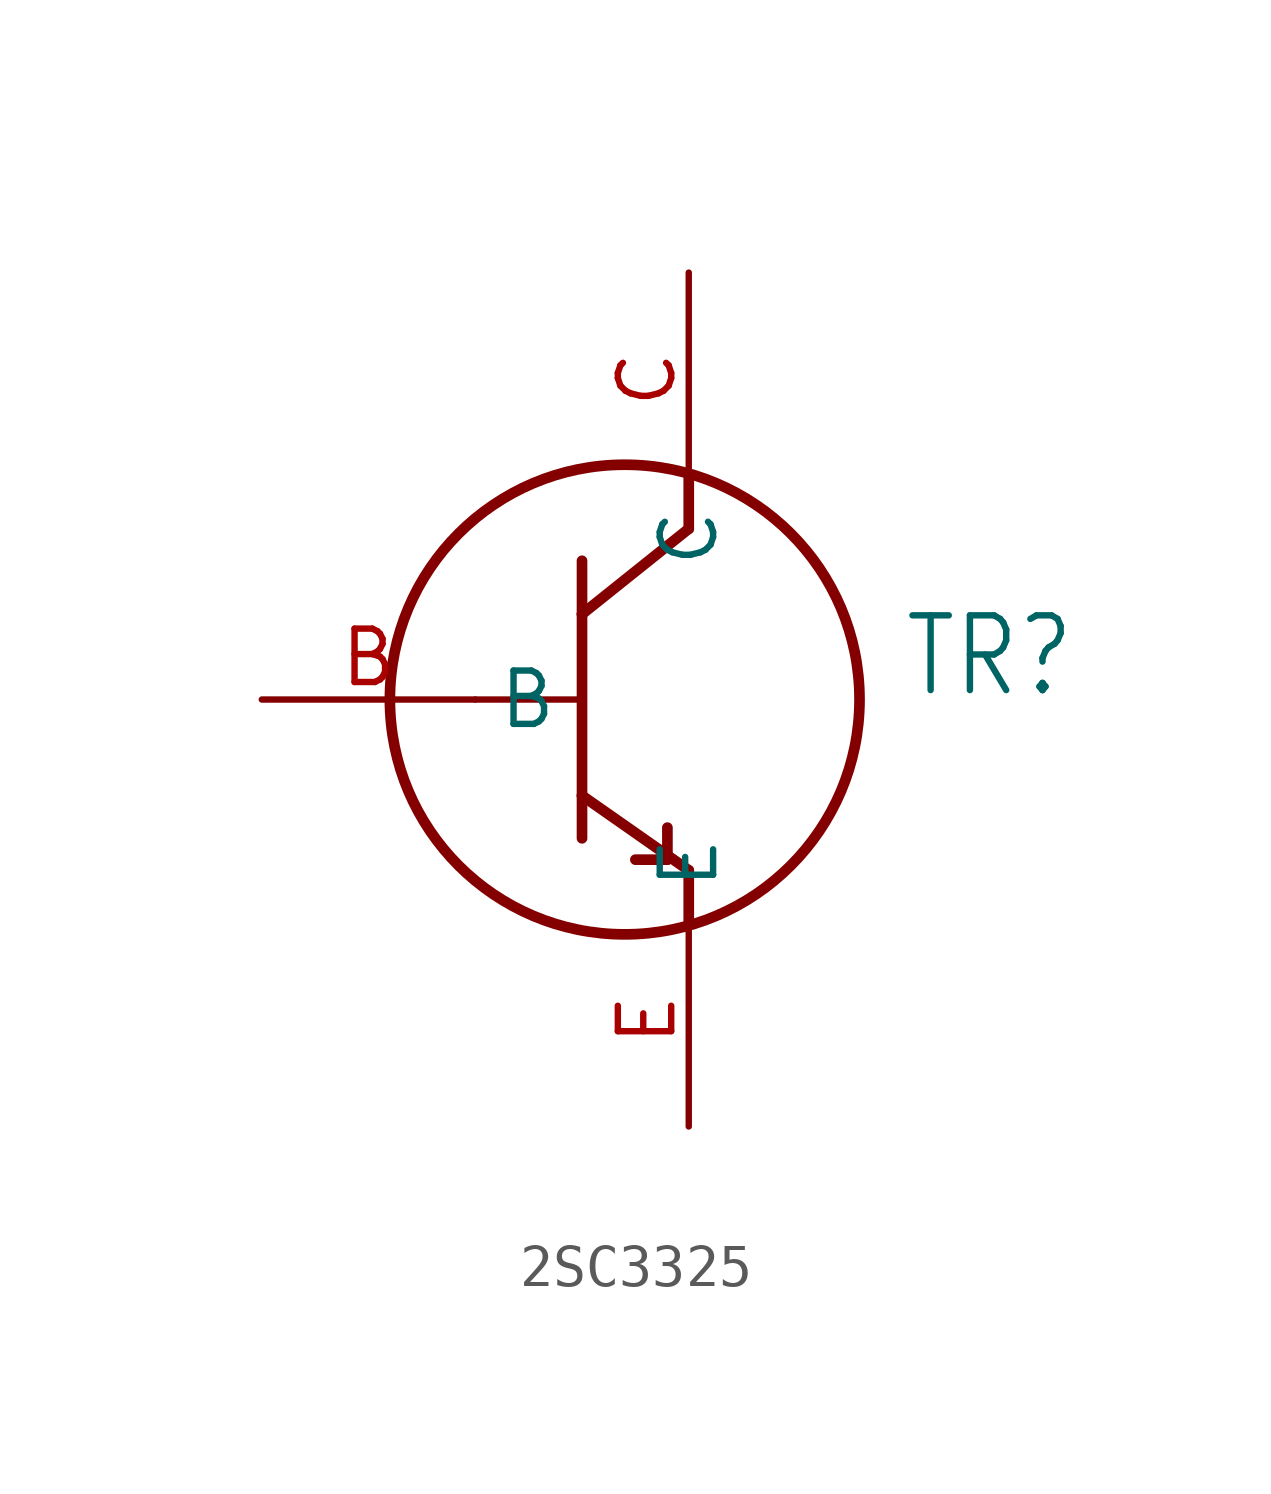
<source format=kicad_sym>
(kicad_symbol_lib
  (version 20220914)
  (generator kicad_symbol_editor)
  (symbol "2SC3325"
    (property "Reference" "TR"
      (at 7.62 0 0)
      (effects (font (size 1.778 1.511)) (justify left bottom)))
    (property "Value" ""
      (at 7.62 -2.54 0)
      (effects (font (size 1.778 1.511)) (justify left bottom)))
    (property "ki_locked" ""
      (at 0 0 0)
      (effects (font (size 1.27 1.27))))
    (symbol "2SC3325_1_0"
      (polyline (pts (xy -2.54 0) (xy 0 0)) (stroke (width 0.152) (type solid)) (fill (type none)))
      (polyline (pts (xy 0 -2.286) (xy 0 -3.302)) (stroke (width 0.254) (type solid)) (fill (type none)))
      (polyline (pts (xy 0 -2.286) (xy 2.54 -4.064)) (stroke (width 0.254) (type solid)) (fill (type none)))
      (polyline (pts (xy 0 2.032) (xy 0 -2.286)) (stroke (width 0.254) (type solid)) (fill (type none)))
      (polyline (pts (xy 0 2.032) (xy 2.54 4.064)) (stroke (width 0.254) (type solid)) (fill (type none)))
      (polyline (pts (xy 0 3.302) (xy 0 2.032)) (stroke (width 0.254) (type solid)) (fill (type none)))
      (polyline (pts (xy 2.032 -3.81) (xy 1.27 -3.81)) (stroke (width 0.254) (type solid)) (fill (type none)))
      (polyline (pts (xy 2.032 -3.81) (xy 2.032 -3.048)) (stroke (width 0.254) (type solid)) (fill (type none)))
      (polyline (pts (xy 2.54 -4.064) (xy 2.54 -5.334)) (stroke (width 0.254) (type solid)) (fill (type none)))
      (polyline (pts (xy 2.54 4.064) (xy 2.54 5.334)) (stroke (width 0.254) (type solid)) (fill (type none)))
      (circle (center 1.016 0) (radius 5.588) (stroke (width 0.254) (type solid)) (fill (type none)))
      (pin bidirectional line (at -7.62 0 0) (length 5.08) (name "B" (effects (font (size 1.27 1.27)))) (number "B" (effects (font (size 1.27 1.27)))))
      (pin bidirectional line (at 2.54 10.16 270) (length 5.08) (name "C" (effects (font (size 1.27 1.27)))) (number "C" (effects (font (size 1.27 1.27)))))
      (pin bidirectional line (at 2.54 -10.16 90) (length 5.08) (name "E" (effects (font (size 1.27 1.27)))) (number "E" (effects (font (size 1.27 1.27))))))))
</source>
